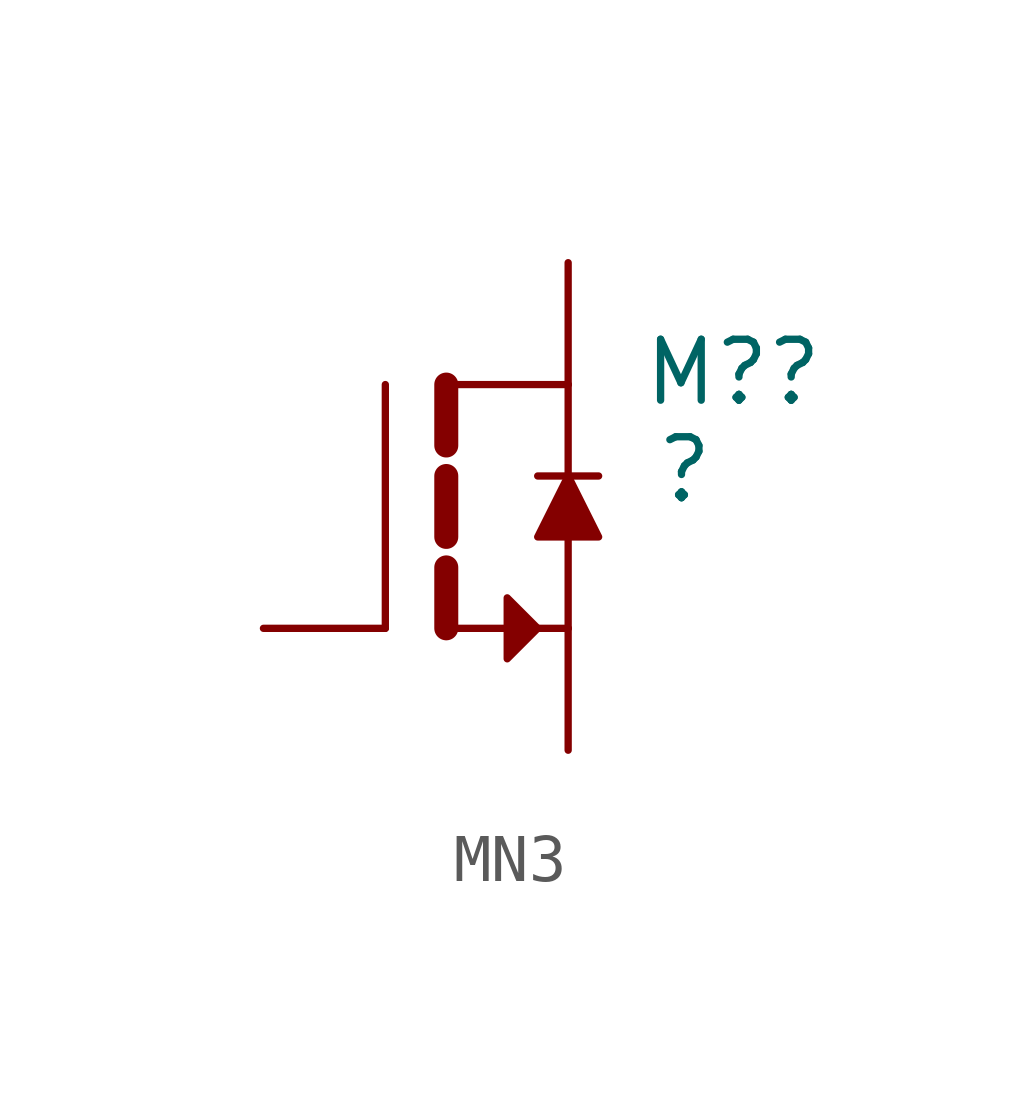
<source format=kicad_sym>
(kicad_symbol_lib
  (version 20241209)
  (generator "kicad_symbol_editor")
  (generator_version "9.0")
  (symbol "MN3"
    (pin_numbers
      (hide yes))
    (pin_names
      (offset 0)
      (hide yes))
    (property "Reference" "M?"
      (at 1.524 2.794 0)
      (effects (font (size 1.27 1.27)) (justify left)))
    (property "Value" "?"
      (at 1.778 0.762 0)
      (effects (font (size 1.27 1.27)) (justify left)))
    (symbol "MN3_0_1"
      (polyline (pts (xy -3.81 -2.54) (xy -3.81 2.54)) (stroke (width 0) (type default)) (fill (type none)))
      (polyline (pts (xy -0.635 0.635) (xy 0.635 0.635)) (stroke (width 0) (type default)) (fill (type none)))
      (polyline (pts (xy 0 2.54) (xy 0 -2.54)) (stroke (width 0) (type default)) (fill (type none)))
      (polyline (pts (xy 0 0.635) (xy 0.635 -0.635) (xy -0.635 -0.635) (xy 0 0.635)) (stroke (width 0) (type solid)) (fill (type outline))))
    (symbol "MN3_1_0"
      (pin unspecified line (at -6.35 -2.54 0) (length 2.54) (name "G" (effects (font (size 1.27 1.27)))) (number "2" (effects (font (size 1.27 1.27)))))
      (pin unspecified line (at 0 5.08 270) (length 2.54) (name "D" (effects (font (size 1.27 1.27)))) (number "1" (effects (font (size 1.27 1.27)))))
      (pin unspecified line (at 0 -5.08 90) (length 2.54) (name "S" (effects (font (size 1.27 1.27)))) (number "3" (effects (font (size 1.27 1.27))))))
    (symbol "MN3_1_1"
      (polyline (pts (xy -2.54 1.27) (xy -2.54 2.54)) (stroke (width 0.5) (type solid)) (fill (type none)))
      (polyline (pts (xy -2.54 -0.635) (xy -2.54 0.635)) (stroke (width 0.5) (type solid)) (fill (type none)))
      (polyline (pts (xy -2.54 -2.54) (xy -2.54 -1.27)) (stroke (width 0.5) (type solid)) (fill (type none)))
      (polyline (pts (xy -1.27 -1.905) (xy -1.27 -3.175) (xy -0.635 -2.54) (xy -1.27 -1.905)) (stroke (width 0) (type solid)) (fill (type outline)))
      (polyline (pts (xy 0 2.54) (xy -2.54 2.54)) (stroke (width 0) (type default)) (fill (type none)))
      (polyline (pts (xy 0 -2.54) (xy -2.54 -2.54)) (stroke (width 0) (type default)) (fill (type none))))))
</source>
